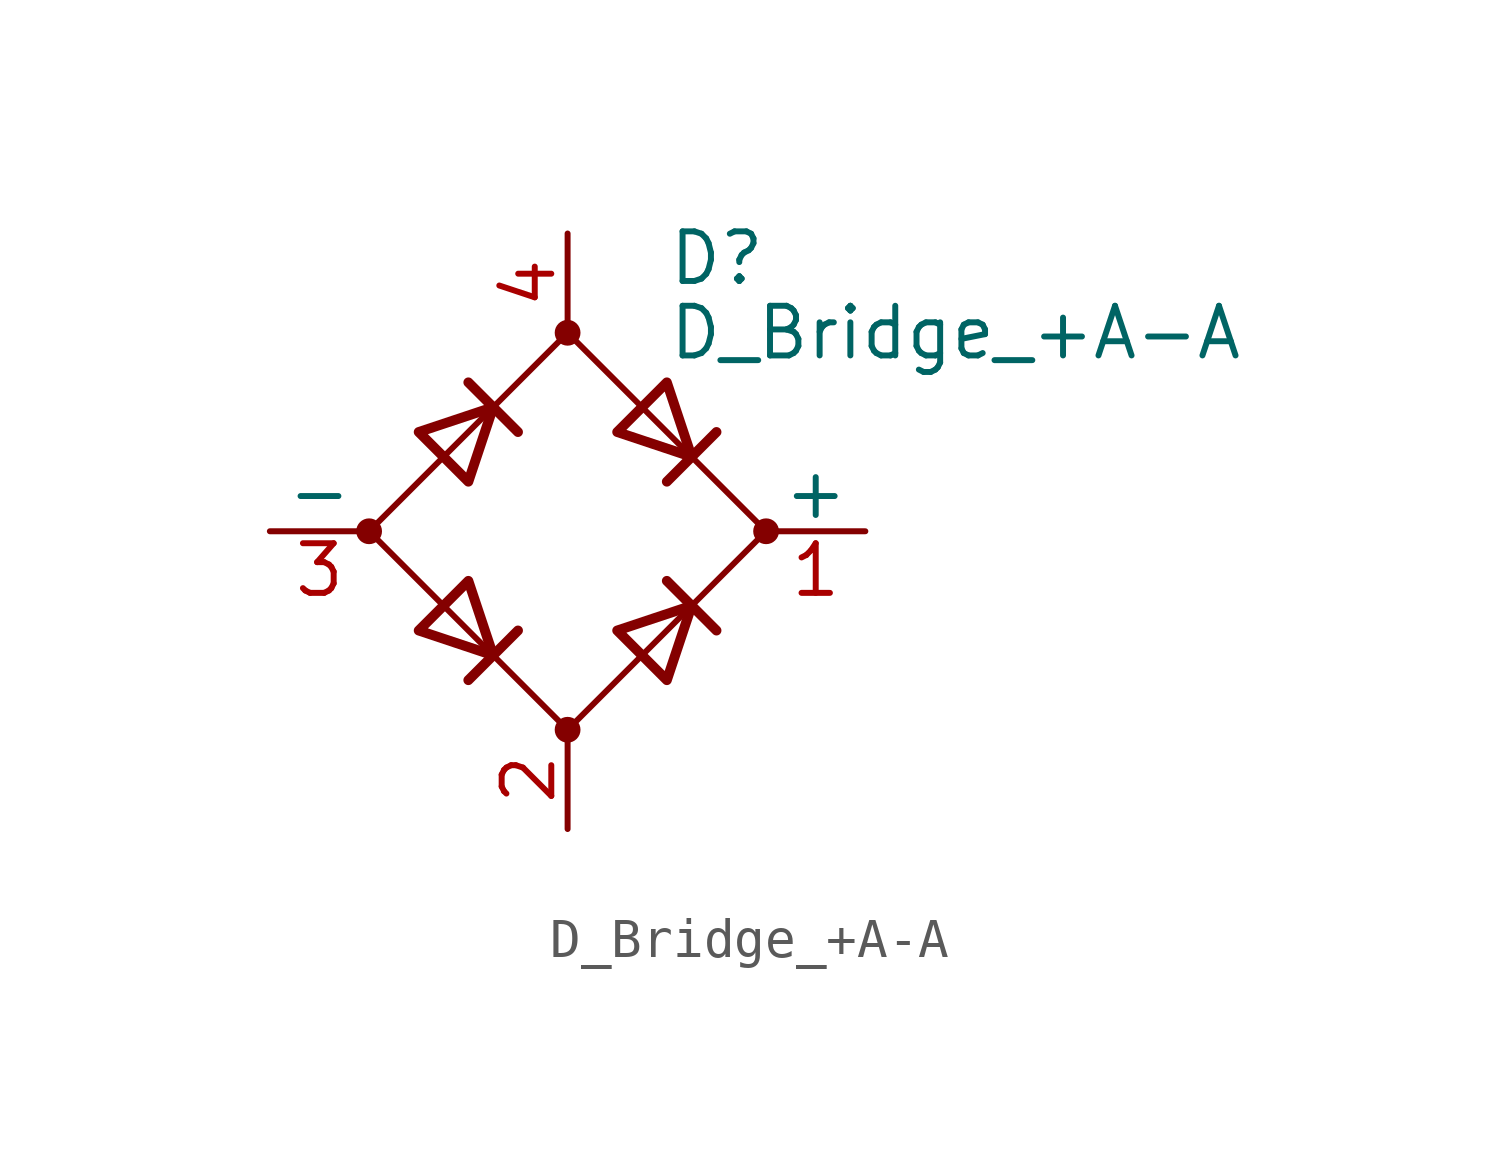
<source format=kicad_sym>
(kicad_symbol_lib
  (version 20241209)
  (generator "kicad_symbol_editor")
  (generator_version "9.0")
  (symbol "D_Bridge_+A-A"
    (pin_names
      (offset 0))
    (property "Reference" "D"
      (at 2.54 6.985 0)
      (effects (font (size 1.27 1.27)) (justify left)))
    (property "Value" "D_Bridge_+A-A"
      (at 2.54 5.08 0)
      (effects (font (size 1.27 1.27)) (justify left)))
    (symbol "D_Bridge_+A-A_0_1"
      (circle (center -5.08 0) (radius 0.254) (stroke (width 0) (type solid)) (fill (type outline)))
      (polyline (pts (xy -5.08 0) (xy 0 -5.08) (xy 5.08 0) (xy 0 5.08) (xy -5.08 0)) (stroke (width 0) (type solid)) (fill (type none)))
      (polyline (pts (xy -3.81 2.54) (xy -2.54 1.27) (xy -1.905 3.175) (xy -3.81 2.54)) (stroke (width 0.254) (type solid)) (fill (type none)))
      (polyline (pts (xy -2.54 3.81) (xy -1.27 2.54)) (stroke (width 0.254) (type solid)) (fill (type none)))
      (polyline (pts (xy -2.54 -1.27) (xy -3.81 -2.54) (xy -1.905 -3.175) (xy -2.54 -1.27)) (stroke (width 0.254) (type solid)) (fill (type none)))
      (polyline (pts (xy -1.27 -2.54) (xy -2.54 -3.81)) (stroke (width 0.254) (type solid)) (fill (type none)))
      (circle (center 0 5.08) (radius 0.254) (stroke (width 0) (type solid)) (fill (type outline)))
      (circle (center 0 -5.08) (radius 0.254) (stroke (width 0) (type solid)) (fill (type outline)))
      (polyline (pts (xy 1.27 2.54) (xy 2.54 3.81) (xy 3.175 1.905) (xy 1.27 2.54)) (stroke (width 0.254) (type solid)) (fill (type none)))
      (polyline (pts (xy 2.54 1.27) (xy 3.81 2.54)) (stroke (width 0.254) (type solid)) (fill (type none)))
      (polyline (pts (xy 2.54 -1.27) (xy 3.81 -2.54)) (stroke (width 0.254) (type solid)) (fill (type none)))
      (polyline (pts (xy 3.175 -1.905) (xy 1.27 -2.54) (xy 2.54 -3.81) (xy 3.175 -1.905)) (stroke (width 0.254) (type solid)) (fill (type none)))
      (circle (center 5.08 0) (radius 0.254) (stroke (width 0) (type solid)) (fill (type outline))))
    (symbol "D_Bridge_+A-A_1_1"
      (pin passive line (at -7.62 0 0) (length 2.54) (name "-" (effects (font (size 1.27 1.27)))) (number "3" (effects (font (size 1.27 1.27)))))
      (pin passive line (at 0 7.62 270) (length 2.54) (name "~" (effects (font (size 1.27 1.27)))) (number "4" (effects (font (size 1.27 1.27)))))
      (pin passive line (at 0 -7.62 90) (length 2.54) (name "~" (effects (font (size 1.27 1.27)))) (number "2" (effects (font (size 1.27 1.27)))))
      (pin passive line (at 7.62 0 180) (length 2.54) (name "+" (effects (font (size 1.27 1.27)))) (number "1" (effects (font (size 1.27 1.27))))))))
</source>
